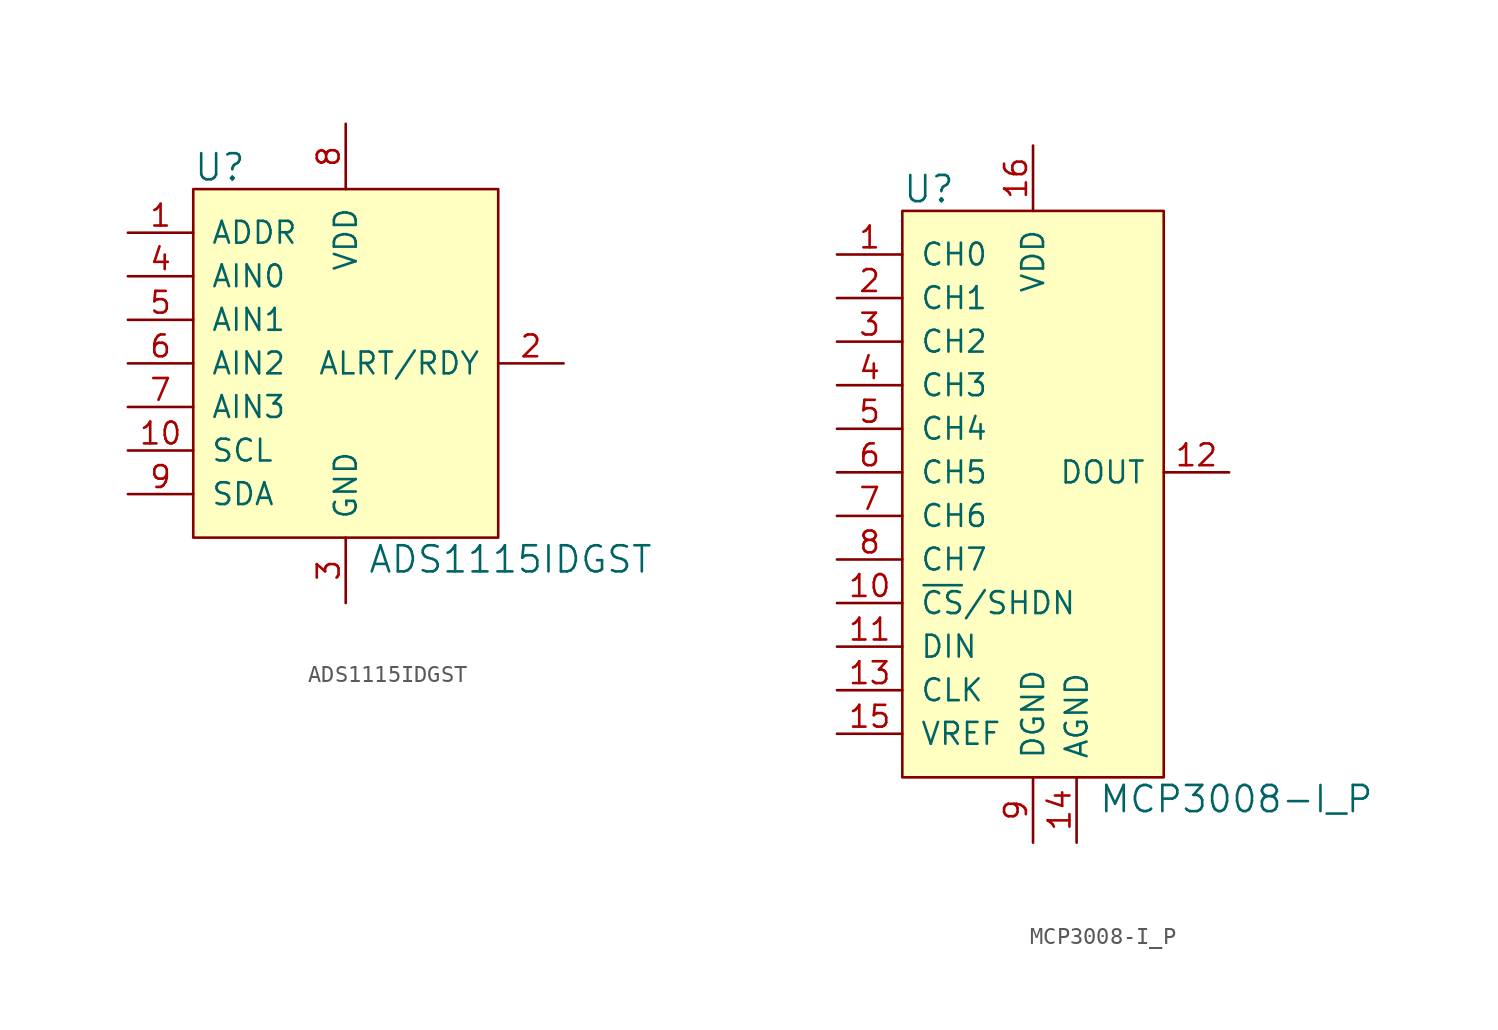
<source format=kicad_sym>
(kicad_symbol_lib
  (version 20211014)
  (generator kicad_symbol_editor)
  (symbol "ADS1115IDGST"
    (pin_names
      (offset 1.016))
    (property "Reference" "U"
      (at -8.89 11.43 0)
      (effects (font (size 1.524 1.524)) (justify left)))
    (property "Value" "ADS1115IDGST"
      (at 1.27 -11.43 0)
      (effects (font (size 1.524 1.524)) (justify left)))
    (symbol "ADS1115IDGST_0_1"
      (rectangle (start -8.89 10.16) (end 8.89 -10.16) (stroke (width 0) (type default) (color 0 0 0 0)) (fill (type background))))
    (symbol "ADS1115IDGST_1_1"
      (pin input line (at -12.7 7.62 0) (length 3.81) (name "ADDR" (effects (font (size 1.27 1.27)))) (number "1" (effects (font (size 1.27 1.27)))))
      (pin input line (at -12.7 -5.08 0) (length 3.81) (name "SCL" (effects (font (size 1.27 1.27)))) (number "10" (effects (font (size 1.27 1.27)))))
      (pin output line (at 12.7 0 180) (length 3.81) (name "ALRT/RDY" (effects (font (size 1.27 1.27)))) (number "2" (effects (font (size 1.27 1.27)))))
      (pin power_in line (at 0 -13.97 90) (length 3.81) (name "GND" (effects (font (size 1.27 1.27)))) (number "3" (effects (font (size 1.27 1.27)))))
      (pin input line (at -12.7 5.08 0) (length 3.81) (name "AIN0" (effects (font (size 1.27 1.27)))) (number "4" (effects (font (size 1.27 1.27)))))
      (pin input line (at -12.7 2.54 0) (length 3.81) (name "AIN1" (effects (font (size 1.27 1.27)))) (number "5" (effects (font (size 1.27 1.27)))))
      (pin input line (at -12.7 0 0) (length 3.81) (name "AIN2" (effects (font (size 1.27 1.27)))) (number "6" (effects (font (size 1.27 1.27)))))
      (pin input line (at -12.7 -2.54 0) (length 3.81) (name "AIN3" (effects (font (size 1.27 1.27)))) (number "7" (effects (font (size 1.27 1.27)))))
      (pin power_in line (at 0 13.97 270) (length 3.81) (name "VDD" (effects (font (size 1.27 1.27)))) (number "8" (effects (font (size 1.27 1.27)))))
      (pin bidirectional line (at -12.7 -7.62 0) (length 3.81) (name "SDA" (effects (font (size 1.27 1.27)))) (number "9" (effects (font (size 1.27 1.27)))))))
  (symbol "MCP3008-I_P"
    (pin_names
      (offset 1.016))
    (property "Reference" "U"
      (at -7.62 16.51 0)
      (effects (font (size 1.524 1.524)) (justify left)))
    (property "Value" "MCP3008-I_P"
      (at 3.81 -19.05 0)
      (effects (font (size 1.524 1.524)) (justify left)))
    (symbol "MCP3008-I_P_0_1"
      (rectangle (start -7.62 15.24) (end 7.62 -17.78) (stroke (width 0) (type default) (color 0 0 0 0)) (fill (type background))))
    (symbol "MCP3008-I_P_1_1"
      (pin input line (at -11.43 12.7 0) (length 3.81) (name "CH0" (effects (font (size 1.27 1.27)))) (number "1" (effects (font (size 1.27 1.27)))))
      (pin input line (at -11.43 -7.62 0) (length 3.81) (name "~{CS}/SHDN" (effects (font (size 1.27 1.27)))) (number "10" (effects (font (size 1.27 1.27)))))
      (pin input line (at -11.43 -10.16 0) (length 3.81) (name "DIN" (effects (font (size 1.27 1.27)))) (number "11" (effects (font (size 1.27 1.27)))))
      (pin output line (at 11.43 0 180) (length 3.81) (name "DOUT" (effects (font (size 1.27 1.27)))) (number "12" (effects (font (size 1.27 1.27)))))
      (pin input line (at -11.43 -12.7 0) (length 3.81) (name "CLK" (effects (font (size 1.27 1.27)))) (number "13" (effects (font (size 1.27 1.27)))))
      (pin power_in line (at 2.54 -21.59 90) (length 3.81) (name "AGND" (effects (font (size 1.27 1.27)))) (number "14" (effects (font (size 1.27 1.27)))))
      (pin input line (at -11.43 -15.24 0) (length 3.81) (name "VREF" (effects (font (size 1.27 1.27)))) (number "15" (effects (font (size 1.27 1.27)))))
      (pin power_in line (at 0 19.05 270) (length 3.81) (name "VDD" (effects (font (size 1.27 1.27)))) (number "16" (effects (font (size 1.27 1.27)))))
      (pin input line (at -11.43 10.16 0) (length 3.81) (name "CH1" (effects (font (size 1.27 1.27)))) (number "2" (effects (font (size 1.27 1.27)))))
      (pin input line (at -11.43 7.62 0) (length 3.81) (name "CH2" (effects (font (size 1.27 1.27)))) (number "3" (effects (font (size 1.27 1.27)))))
      (pin input line (at -11.43 5.08 0) (length 3.81) (name "CH3" (effects (font (size 1.27 1.27)))) (number "4" (effects (font (size 1.27 1.27)))))
      (pin input line (at -11.43 2.54 0) (length 3.81) (name "CH4" (effects (font (size 1.27 1.27)))) (number "5" (effects (font (size 1.27 1.27)))))
      (pin input line (at -11.43 0 0) (length 3.81) (name "CH5" (effects (font (size 1.27 1.27)))) (number "6" (effects (font (size 1.27 1.27)))))
      (pin input line (at -11.43 -2.54 0) (length 3.81) (name "CH6" (effects (font (size 1.27 1.27)))) (number "7" (effects (font (size 1.27 1.27)))))
      (pin input line (at -11.43 -5.08 0) (length 3.81) (name "CH7" (effects (font (size 1.27 1.27)))) (number "8" (effects (font (size 1.27 1.27)))))
      (pin power_in line (at 0 -21.59 90) (length 3.81) (name "DGND" (effects (font (size 1.27 1.27)))) (number "9" (effects (font (size 1.27 1.27))))))))
</source>
